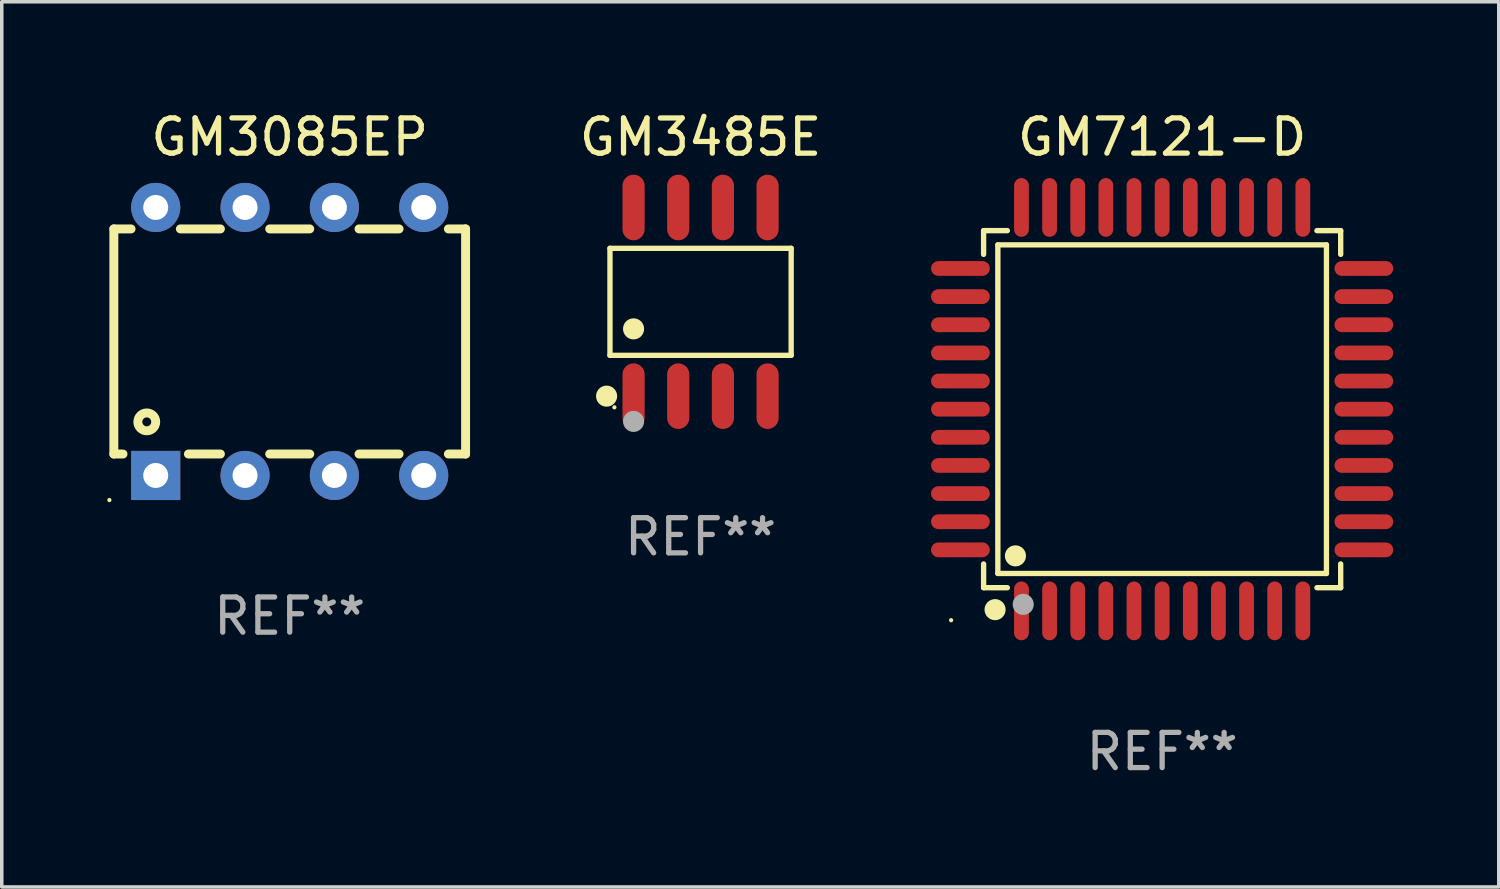
<source format=kicad_pcb>
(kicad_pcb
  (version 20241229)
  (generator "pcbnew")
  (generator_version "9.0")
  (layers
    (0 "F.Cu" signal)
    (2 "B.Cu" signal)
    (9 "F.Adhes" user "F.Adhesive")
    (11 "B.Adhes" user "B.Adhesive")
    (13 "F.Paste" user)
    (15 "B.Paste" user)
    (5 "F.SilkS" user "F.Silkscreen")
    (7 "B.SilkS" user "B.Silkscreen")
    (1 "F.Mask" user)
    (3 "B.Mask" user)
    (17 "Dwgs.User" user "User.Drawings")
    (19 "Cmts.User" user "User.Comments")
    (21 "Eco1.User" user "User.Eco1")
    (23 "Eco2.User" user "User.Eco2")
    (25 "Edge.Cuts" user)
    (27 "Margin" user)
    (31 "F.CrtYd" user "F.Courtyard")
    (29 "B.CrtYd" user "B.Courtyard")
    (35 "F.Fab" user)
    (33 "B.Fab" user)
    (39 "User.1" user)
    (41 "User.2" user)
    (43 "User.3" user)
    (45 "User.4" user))
  (footprint "GM3085EP"
    (layer "F.Cu")
    (at 5.187 6.658)
    (property "Reference" "GM3085EP" (at 0 -5.81 0) (layer "F.SilkS") (effects (font (size 1 1) (thickness 0.15))))
    (attr through_hole)
    (fp_line (start -5 -3.2) (end -5 3.2) (stroke (width 0.254) (type solid)) (layer "F.SilkS"))
    (fp_line (start -5 -3.2) (end -4.511 -3.2) (stroke (width 0.254) (type solid)) (layer "F.SilkS"))
    (fp_line (start -5 3.2) (end -4.74 3.2) (stroke (width 0.254) (type solid)) (layer "F.SilkS"))
    (fp_line (start -3.109 -3.2) (end -1.971 -3.2) (stroke (width 0.254) (type solid)) (layer "F.SilkS"))
    (fp_line (start -2.88 3.2) (end -1.971 3.2) (stroke (width 0.254) (type solid)) (layer "F.SilkS"))
    (fp_line (start -0.569 -3.2) (end 0.569 -3.2) (stroke (width 0.254) (type solid)) (layer "F.SilkS"))
    (fp_line (start -0.569 3.2) (end 0.569 3.2) (stroke (width 0.254) (type solid)) (layer "F.SilkS"))
    (fp_line (start 1.971 -3.2) (end 3.109 -3.2) (stroke (width 0.254) (type solid)) (layer "F.SilkS"))
    (fp_line (start 1.971 3.2) (end 3.109 3.2) (stroke (width 0.254) (type solid)) (layer "F.SilkS"))
    (fp_line (start 4.511 -3.2) (end 5 -3.2) (stroke (width 0.254) (type solid)) (layer "F.SilkS"))
    (fp_line (start 4.511 3.2) (end 5 3.2) (stroke (width 0.254) (type solid)) (layer "F.SilkS"))
    (fp_line (start 5 -3.2) (end 5 3.2) (stroke (width 0.254) (type solid)) (layer "F.SilkS"))
    (fp_circle (center -5.127 4.509) (end -5.097 4.509) (stroke (width 0.06) (type solid)) (fill no) (layer "F.SilkS"))
    (fp_circle (center -4.064 2.286) (end -3.81 2.286) (stroke (width 0.254) (type solid)) (fill no) (layer "F.SilkS"))
    (fp_text user "REF**" (at 0 7.81 0) (layer "F.Fab") (effects (font (size 1 1) (thickness 0.15))))
    (pad "1" thru_hole rect (at -3.81 3.81) (size 1.397 1.397) (drill 0.711) (layers "*.Cu" "*.Mask"))
    (pad "2" thru_hole circle (at -1.27 3.81) (size 1.397 1.397) (drill 0.711) (layers "*.Cu" "*.Mask"))
    (pad "3" thru_hole circle (at 1.27 3.81) (size 1.397 1.397) (drill 0.711) (layers "*.Cu" "*.Mask"))
    (pad "4" thru_hole circle (at 3.81 3.81) (size 1.397 1.397) (drill 0.711) (layers "*.Cu" "*.Mask"))
    (pad "5" thru_hole circle (at 3.81 -3.81) (size 1.397 1.397) (drill 0.711) (layers "*.Cu" "*.Mask"))
    (pad "6" thru_hole circle (at 1.27 -3.81) (size 1.397 1.397) (drill 0.711) (layers "*.Cu" "*.Mask"))
    (pad "7" thru_hole circle (at -1.27 -3.81) (size 1.397 1.397) (drill 0.711) (layers "*.Cu" "*.Mask"))
    (pad "8" thru_hole circle (at -3.81 -3.81) (size 1.397 1.397) (drill 0.711) (layers "*.Cu" "*.Mask")))
  (footprint "GM7121-D"
    (layer "F.Cu")
    (at 29.991 8.583)
    (property "Reference" "GM7121-D" (at 0 -7.735 0) (layer "F.SilkS") (effects (font (size 1 1) (thickness 0.15))))
    (attr through_hole)
    (fp_line (start -5.076 -5.076) (end -4.401 -5.076) (stroke (width 0.152) (type solid)) (layer "F.SilkS"))
    (fp_line (start -5.076 -4.401) (end -5.076 -5.076) (stroke (width 0.152) (type solid)) (layer "F.SilkS"))
    (fp_line (start -5.076 4.401) (end -5.076 5.076) (stroke (width 0.152) (type solid)) (layer "F.SilkS"))
    (fp_line (start -5.076 5.076) (end -4.401 5.076) (stroke (width 0.152) (type solid)) (layer "F.SilkS"))
    (fp_line (start -4.671 -4.671) (end 4.671 -4.671) (stroke (width 0.152) (type solid)) (layer "F.SilkS"))
    (fp_line (start -4.671 4.671) (end -4.671 -4.671) (stroke (width 0.152) (type solid)) (layer "F.SilkS"))
    (fp_line (start 4.671 -4.671) (end 4.671 4.671) (stroke (width 0.152) (type solid)) (layer "F.SilkS"))
    (fp_line (start 4.671 4.671) (end -4.671 4.671) (stroke (width 0.152) (type solid)) (layer "F.SilkS"))
    (fp_line (start 5.076 -5.076) (end 4.401 -5.076) (stroke (width 0.152) (type solid)) (layer "F.SilkS"))
    (fp_line (start 5.076 -4.401) (end 5.076 -5.076) (stroke (width 0.152) (type solid)) (layer "F.SilkS"))
    (fp_line (start 5.076 4.401) (end 5.076 5.076) (stroke (width 0.152) (type solid)) (layer "F.SilkS"))
    (fp_line (start 5.076 5.076) (end 4.401 5.076) (stroke (width 0.152) (type solid)) (layer "F.SilkS"))
    (fp_circle (center -6 6) (end -5.97 6) (stroke (width 0.06) (type solid)) (fill no) (layer "F.SilkS"))
    (fp_circle (center -4.75 5.7) (end -4.6 5.7) (stroke (width 0.3) (type solid)) (fill no) (layer "F.SilkS"))
    (fp_circle (center -4.171 4.171) (end -4.021 4.171) (stroke (width 0.3) (type solid)) (fill no) (layer "F.SilkS"))
    (fp_circle (center -3.95 5.55) (end -3.8 5.55) (stroke (width 0.3) (type solid)) (fill no) (layer "F.Fab"))
    (fp_text user "REF**" (at 0 9.735 0) (layer "F.Fab") (effects (font (size 1 1) (thickness 0.15))))
    (pad "1" smd oval (at -4 5.735) (size 0.42 1.67) (layers "F.Cu" "F.Mask" "F.Paste"))
    (pad "2" smd oval (at -3.2 5.735) (size 0.42 1.67) (layers "F.Cu" "F.Mask" "F.Paste"))
    (pad "3" smd oval (at -2.4 5.735) (size 0.42 1.67) (layers "F.Cu" "F.Mask" "F.Paste"))
    (pad "4" smd oval (at -1.6 5.735) (size 0.42 1.67) (layers "F.Cu" "F.Mask" "F.Paste"))
    (pad "5" smd oval (at -0.8 5.735) (size 0.42 1.67) (layers "F.Cu" "F.Mask" "F.Paste"))
    (pad "6" smd oval (at 0 5.735) (size 0.42 1.67) (layers "F.Cu" "F.Mask" "F.Paste"))
    (pad "7" smd oval (at 0.8 5.735) (size 0.42 1.67) (layers "F.Cu" "F.Mask" "F.Paste"))
    (pad "8" smd oval (at 1.6 5.735) (size 0.42 1.67) (layers "F.Cu" "F.Mask" "F.Paste"))
    (pad "9" smd oval (at 2.4 5.735) (size 0.42 1.67) (layers "F.Cu" "F.Mask" "F.Paste"))
    (pad "10" smd oval (at 3.2 5.735) (size 0.42 1.67) (layers "F.Cu" "F.Mask" "F.Paste"))
    (pad "11" smd oval (at 4 5.735) (size 0.42 1.67) (layers "F.Cu" "F.Mask" "F.Paste"))
    (pad "12" smd oval (at 5.735 4) (size 1.67 0.42) (layers "F.Cu" "F.Mask" "F.Paste"))
    (pad "13" smd oval (at 5.735 3.2) (size 1.67 0.42) (layers "F.Cu" "F.Mask" "F.Paste"))
    (pad "14" smd oval (at 5.735 2.4) (size 1.67 0.42) (layers "F.Cu" "F.Mask" "F.Paste"))
    (pad "15" smd oval (at 5.735 1.6) (size 1.67 0.42) (layers "F.Cu" "F.Mask" "F.Paste"))
    (pad "16" smd oval (at 5.735 0.8) (size 1.67 0.42) (layers "F.Cu" "F.Mask" "F.Paste"))
    (pad "17" smd oval (at 5.735 0) (size 1.67 0.42) (layers "F.Cu" "F.Mask" "F.Paste"))
    (pad "18" smd oval (at 5.735 -0.8) (size 1.67 0.42) (layers "F.Cu" "F.Mask" "F.Paste"))
    (pad "19" smd oval (at 5.735 -1.6) (size 1.67 0.42) (layers "F.Cu" "F.Mask" "F.Paste"))
    (pad "20" smd oval (at 5.735 -2.4) (size 1.67 0.42) (layers "F.Cu" "F.Mask" "F.Paste"))
    (pad "21" smd oval (at 5.735 -3.2) (size 1.67 0.42) (layers "F.Cu" "F.Mask" "F.Paste"))
    (pad "22" smd oval (at 5.735 -4) (size 1.67 0.42) (layers "F.Cu" "F.Mask" "F.Paste"))
    (pad "23" smd oval (at 4 -5.735) (size 0.42 1.67) (layers "F.Cu" "F.Mask" "F.Paste"))
    (pad "24" smd oval (at 3.2 -5.735) (size 0.42 1.67) (layers "F.Cu" "F.Mask" "F.Paste"))
    (pad "25" smd oval (at 2.4 -5.735) (size 0.42 1.67) (layers "F.Cu" "F.Mask" "F.Paste"))
    (pad "26" smd oval (at 1.6 -5.735) (size 0.42 1.67) (layers "F.Cu" "F.Mask" "F.Paste"))
    (pad "27" smd oval (at 0.8 -5.735) (size 0.42 1.67) (layers "F.Cu" "F.Mask" "F.Paste"))
    (pad "28" smd oval (at 0 -5.735) (size 0.42 1.67) (layers "F.Cu" "F.Mask" "F.Paste"))
    (pad "29" smd oval (at -0.8 -5.735) (size 0.42 1.67) (layers "F.Cu" "F.Mask" "F.Paste"))
    (pad "30" smd oval (at -1.6 -5.735) (size 0.42 1.67) (layers "F.Cu" "F.Mask" "F.Paste"))
    (pad "31" smd oval (at -2.4 -5.735) (size 0.42 1.67) (layers "F.Cu" "F.Mask" "F.Paste"))
    (pad "32" smd oval (at -3.2 -5.735) (size 0.42 1.67) (layers "F.Cu" "F.Mask" "F.Paste"))
    (pad "33" smd oval (at -4 -5.735) (size 0.42 1.67) (layers "F.Cu" "F.Mask" "F.Paste"))
    (pad "34" smd oval (at -5.735 -4) (size 1.67 0.42) (layers "F.Cu" "F.Mask" "F.Paste"))
    (pad "35" smd oval (at -5.735 -3.2) (size 1.67 0.42) (layers "F.Cu" "F.Mask" "F.Paste"))
    (pad "36" smd oval (at -5.735 -2.4) (size 1.67 0.42) (layers "F.Cu" "F.Mask" "F.Paste"))
    (pad "37" smd oval (at -5.735 -1.6) (size 1.67 0.42) (layers "F.Cu" "F.Mask" "F.Paste"))
    (pad "38" smd oval (at -5.735 -0.8) (size 1.67 0.42) (layers "F.Cu" "F.Mask" "F.Paste"))
    (pad "39" smd oval (at -5.735 0) (size 1.67 0.42) (layers "F.Cu" "F.Mask" "F.Paste"))
    (pad "40" smd oval (at -5.735 0.8) (size 1.67 0.42) (layers "F.Cu" "F.Mask" "F.Paste"))
    (pad "41" smd oval (at -5.735 1.6) (size 1.67 0.42) (layers "F.Cu" "F.Mask" "F.Paste"))
    (pad "42" smd oval (at -5.735 2.4) (size 1.67 0.42) (layers "F.Cu" "F.Mask" "F.Paste"))
    (pad "43" smd oval (at -5.735 3.2) (size 1.67 0.42) (layers "F.Cu" "F.Mask" "F.Paste"))
    (pad "44" smd oval (at -5.735 4) (size 1.67 0.42) (layers "F.Cu" "F.Mask" "F.Paste")))
  (footprint "GM3485E"
    (layer "F.Cu")
    (at 16.868 5.531)
    (property "Reference" "GM3485E" (at 0 -4.682 0) (layer "F.SilkS") (effects (font (size 1 1) (thickness 0.15))))
    (attr through_hole)
    (fp_line (start -2.576 -1.521) (end 2.576 -1.521) (stroke (width 0.152) (type solid)) (layer "F.SilkS"))
    (fp_line (start -2.576 1.521) (end -2.576 -1.521) (stroke (width 0.152) (type solid)) (layer "F.SilkS"))
    (fp_line (start 2.576 -1.521) (end 2.576 1.521) (stroke (width 0.152) (type solid)) (layer "F.SilkS"))
    (fp_line (start 2.576 1.521) (end -2.576 1.521) (stroke (width 0.152) (type solid)) (layer "F.SilkS"))
    (fp_circle (center -2.672 2.682) (end -2.522 2.682) (stroke (width 0.3) (type solid)) (fill no) (layer "F.SilkS"))
    (fp_circle (center -2.45 3) (end -2.42 3) (stroke (width 0.06) (type solid)) (fill no) (layer "F.SilkS"))
    (fp_circle (center -1.905 0.769) (end -1.755 0.769) (stroke (width 0.3) (type solid)) (fill no) (layer "F.SilkS"))
    (fp_circle (center -1.905 3.4) (end -1.755 3.4) (stroke (width 0.3) (type solid)) (fill no) (layer "F.Fab"))
    (fp_text user "REF**" (at 0 6.682 0) (layer "F.Fab") (effects (font (size 1 1) (thickness 0.15))))
    (pad "1" smd oval (at -1.905 2.682) (size 0.63 1.865) (layers "F.Cu" "F.Mask" "F.Paste"))
    (pad "2" smd oval (at -0.635 2.682) (size 0.63 1.865) (layers "F.Cu" "F.Mask" "F.Paste"))
    (pad "3" smd oval (at 0.635 2.682) (size 0.63 1.865) (layers "F.Cu" "F.Mask" "F.Paste"))
    (pad "4" smd oval (at 1.905 2.682) (size 0.63 1.865) (layers "F.Cu" "F.Mask" "F.Paste"))
    (pad "5" smd oval (at 1.905 -2.682) (size 0.63 1.865) (layers "F.Cu" "F.Mask" "F.Paste"))
    (pad "6" smd oval (at 0.635 -2.682) (size 0.63 1.865) (layers "F.Cu" "F.Mask" "F.Paste"))
    (pad "7" smd oval (at -0.635 -2.682) (size 0.63 1.865) (layers "F.Cu" "F.Mask" "F.Paste"))
    (pad "8" smd oval (at -1.905 -2.682) (size 0.63 1.865) (layers "F.Cu" "F.Mask" "F.Paste")))
  (gr_rect
    (start -3 -3)
    (end 39.561 22.167)
    (stroke (width 0.1) (type default))
    (fill no)
    (layer "Edge.Cuts")))
</source>
